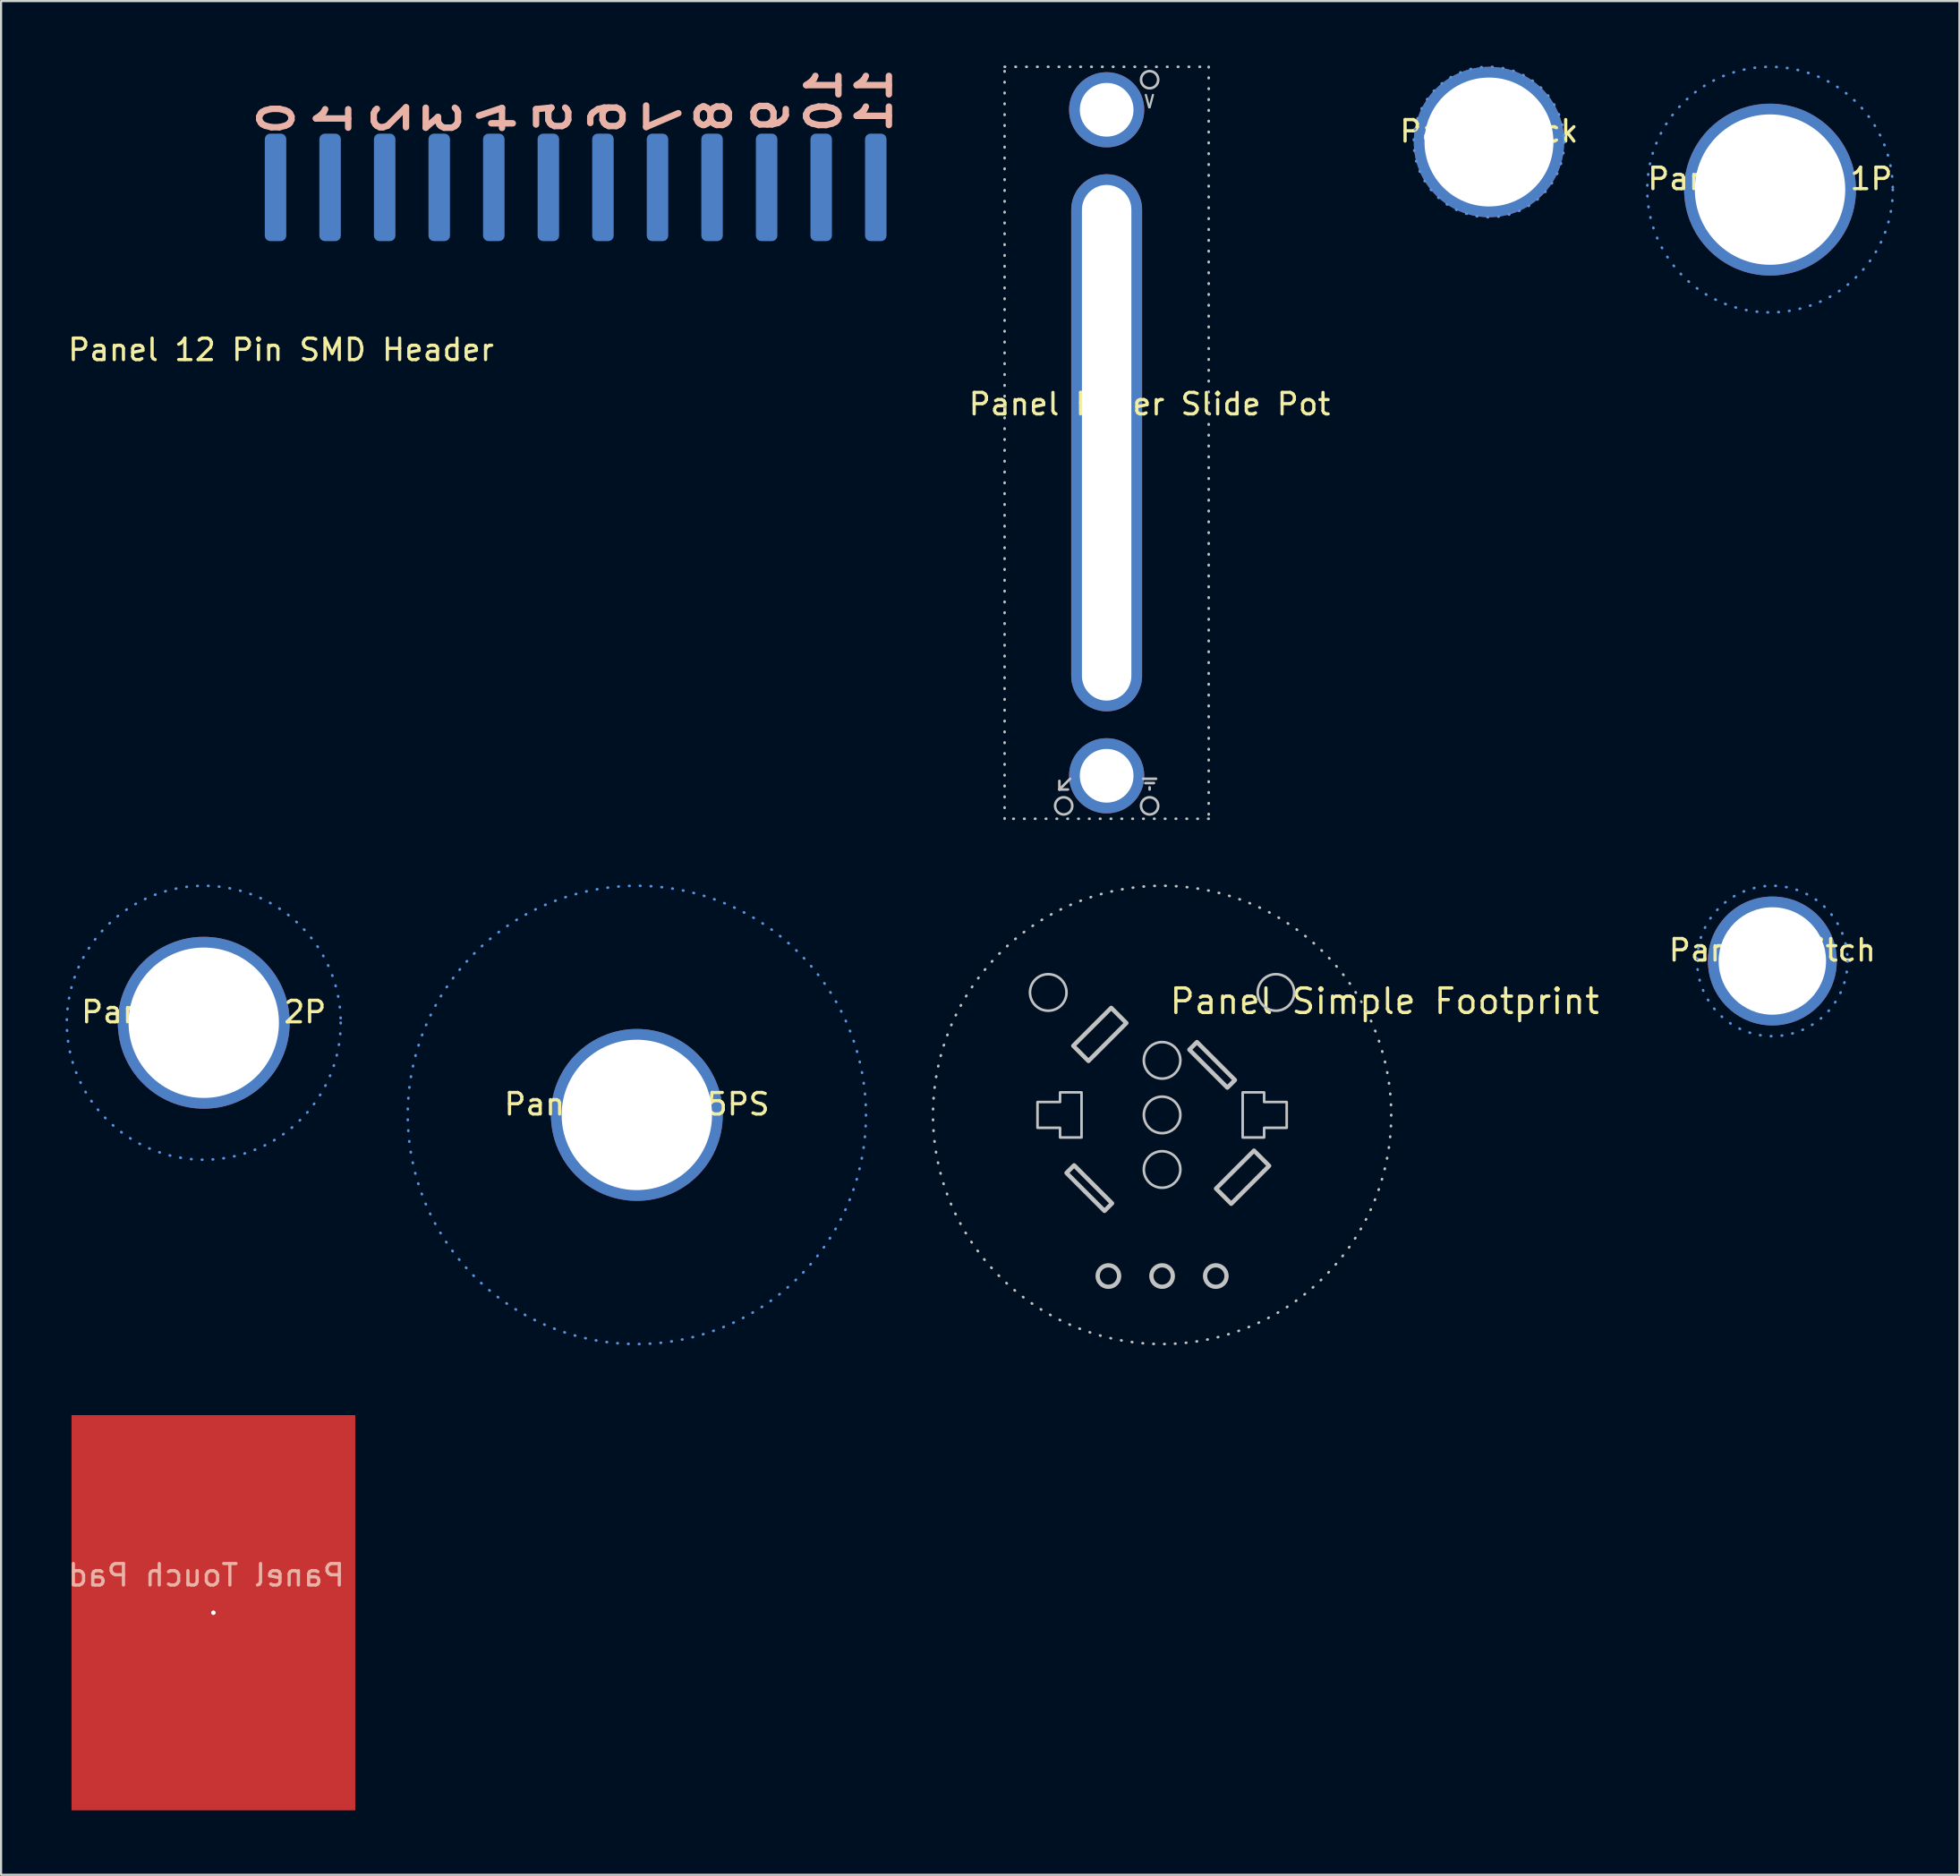
<source format=kicad_pcb>
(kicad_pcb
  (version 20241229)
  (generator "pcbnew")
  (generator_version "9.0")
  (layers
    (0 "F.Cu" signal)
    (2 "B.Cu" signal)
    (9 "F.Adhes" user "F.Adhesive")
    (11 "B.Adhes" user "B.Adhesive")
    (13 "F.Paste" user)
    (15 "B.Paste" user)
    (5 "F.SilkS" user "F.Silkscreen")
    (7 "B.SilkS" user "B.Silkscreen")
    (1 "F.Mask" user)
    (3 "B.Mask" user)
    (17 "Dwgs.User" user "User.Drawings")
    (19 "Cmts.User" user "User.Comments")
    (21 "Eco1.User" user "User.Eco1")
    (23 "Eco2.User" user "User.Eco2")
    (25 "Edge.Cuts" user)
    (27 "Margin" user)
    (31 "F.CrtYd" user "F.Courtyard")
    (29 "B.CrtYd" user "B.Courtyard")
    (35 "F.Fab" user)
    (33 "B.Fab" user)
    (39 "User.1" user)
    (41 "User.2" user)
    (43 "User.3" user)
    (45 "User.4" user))
  (footprint "Panel Jack"
    (layer "F.Cu")
    (at 66.261 3.56)
    (property "Reference" "Panel Jack" (at 0 -0.5 0) (unlocked yes) (layer "F.SilkS") (effects (font (size 1 1) (thickness 0.15))))
    (attr through_hole)
    (fp_circle (center 0 0) (end 3.5 0) (stroke (width 0.12) (type dot)) (fill no) (layer "Cmts.User"))
    (pad "" thru_hole circle (at 0 0) (size 7 7) (drill 6) (layers "*.Cu" "*.Mask")))
  (footprint "Panel Touch Pad"
    (layer "F.Cu")
    (at 0.279 62.82)
    (property "Reference" "Panel Touch Pad" (at 6.275 7.45 0) (unlocked yes) (layer "B.SilkS") (effects (font (size 1 1) (thickness 0.15)) (justify mirror)))
    (attr smd)
    (pad "" smd rect (at 6.604 9.197) (size 13.208 18.394) (layers "F.Cu" "F.Mask"))
    (pad "1" thru_hole circle (at 6.604 9.197) (size 0.2 0.2) (drill 0.2) (layers "*.Cu" "*.Mask" "B.SilkS")))
  (footprint "Panel Knob 2P"
    (layer "F.Cu")
    (at 6.435 44.555)
    (property "Reference" "Panel Knob 2P" (at 0 -0.5 0) (unlocked yes) (layer "F.SilkS") (effects (font (size 1 1) (thickness 0.15))))
    (attr through_hole)
    (fp_circle (center 0 0) (end 6.375 0) (stroke (width 0.12) (type dot)) (fill no) (layer "Cmts.User"))
    (pad "" thru_hole circle (at 0 0) (size 8 8) (drill 7) (layers "*.Cu" "*.Mask")))
  (footprint "Panel Simple Footprint"
    (layer "F.Cu")
    (at 51.045 48.845)
    (property "Reference" "Panel Simple Footprint" (at 0.27 -5.29 0) (layer "F.SilkS") (effects (font (size 1.143 1.143) (thickness 0.152)) (justify left)))
    (attr through_hole)
    (fp_circle (center -5.3 -5.7) (end -4.45 -5.7) (stroke (width 0.12) (type default)) (fill no) (layer "Dwgs.User"))
    (fp_circle (center -2.5 7.5) (end -2 7.5) (stroke (width 0.2) (type default)) (fill no) (layer "Dwgs.User"))
    (fp_circle (center 0 -2.54) (end 0.85 -2.54) (stroke (width 0.12) (type default)) (fill no) (layer "Dwgs.User"))
    (fp_circle (center 0 0) (end 0.85 0) (stroke (width 0.12) (type default)) (fill no) (layer "Dwgs.User"))
    (fp_circle (center 0 0) (end 10.665 0) (stroke (width 0.12) (type dot)) (fill no) (layer "Dwgs.User"))
    (fp_circle (center 0 2.54) (end 0.85 2.54) (stroke (width 0.12) (type default)) (fill no) (layer "Dwgs.User"))
    (fp_circle (center 0 7.5) (end 0.5 7.5) (stroke (width 0.2) (type default)) (fill no) (layer "Dwgs.User"))
    (fp_circle (center 2.5 7.5) (end 3 7.5) (stroke (width 0.2) (type default)) (fill no) (layer "Dwgs.User"))
    (fp_circle (center 5.3 -5.7) (end 6.15 -5.7) (stroke (width 0.12) (type default)) (fill no) (layer "Dwgs.User"))
    (fp_poly (pts (xy -4.45 2.7) (xy -4.096 2.346) (xy -2.329 4.114) (xy -2.682 4.468)) (stroke (width 0.2) (type default)) (fill no) (layer "Dwgs.User"))
    (fp_poly (pts (xy -4.136 -3.217) (xy -2.369 -4.984) (xy -1.662 -4.277) (xy -3.429 -2.51)) (stroke (width 0.2) (type default)) (fill no) (layer "Dwgs.User"))
    (fp_poly (pts (xy 2.51 3.429) (xy 4.277 1.662) (xy 4.984 2.369) (xy 3.217 4.136)) (stroke (width 0.2) (type default)) (fill no) (layer "Dwgs.User"))
    (fp_poly (pts (xy 3.037 -1.269) (xy 1.269 -3.037) (xy 1.623 -3.391) (xy 3.391 -1.623)) (stroke (width 0.2) (type default)) (fill no) (layer "Dwgs.User"))
    (fp_poly (pts (xy -4.75 -0.6) (xy -4.75 -1.05) (xy -3.75 -1.05) (xy -3.75 1.05) (xy -4.75 1.05) (xy -4.75 0.6) (xy -5.8 0.6) (xy -5.8 -0.6)) (stroke (width 0.12) (type solid)) (fill no) (layer "Dwgs.User"))
    (fp_poly (pts (xy 4.75 0.6) (xy 4.75 1.05) (xy 3.75 1.05) (xy 3.75 -1.05) (xy 4.75 -1.05) (xy 4.75 -0.6) (xy 5.8 -0.6) (xy 5.8 0.6)) (stroke (width 0.12) (type solid)) (fill no) (layer "Dwgs.User")))
  (footprint "Panel Knob 5PS"
    (layer "F.Cu")
    (at 26.595 48.845)
    (property "Reference" "Panel Knob 5PS" (at 0 -0.5 0) (unlocked yes) (layer "F.SilkS") (effects (font (size 1 1) (thickness 0.15))))
    (attr through_hole)
    (fp_circle (center 0 0) (end 10.665 0) (stroke (width 0.12) (type dot)) (fill no) (layer "Cmts.User"))
    (pad "" thru_hole circle (at 0 0) (size 8 8) (drill 7) (layers "*.Cu" "*.Mask")))
  (footprint "Panel Knob 1P"
    (layer "F.Cu")
    (at 79.344 5.775)
    (property "Reference" "Panel Knob 1P" (at 0 -0.5 0) (unlocked yes) (layer "F.SilkS") (effects (font (size 1 1) (thickness 0.15))))
    (attr through_hole)
    (fp_circle (center 0 0) (end 5.715 0) (stroke (width 0.12) (type dot)) (fill no) (layer "Cmts.User"))
    (pad "" thru_hole circle (at 0 0) (size 8 8) (drill 7) (layers "*.Cu" "*.Mask")))
  (footprint "Panel switch"
    (layer "F.Cu")
    (at 79.452 41.68)
    (property "Reference" "Panel switch" (at 0 -0.5 0) (unlocked yes) (layer "F.SilkS") (effects (font (size 1 1) (thickness 0.15))))
    (attr through_hole)
    (fp_circle (center 0 0) (end 3.5 0) (stroke (width 0.12) (type dot)) (fill no) (layer "Cmts.User"))
    (pad "" thru_hole circle (at 0 0) (size 6 6) (drill 5) (layers "*.Cu" "*.Mask")))
  (footprint "Panel Fader Slide Pot"
    (layer "F.Cu")
    (at 46.464 34.46)
    (property "Reference" "Panel Fader Slide Pot" (at 4 -18.7 0) (unlocked yes) (layer "F.SilkS") (effects (font (size 1 1) (thickness 0.15))))
    (attr through_hole)
    (fp_rect (start 1.1 -22.6) (end 2.9 -27.6) (stroke (width 0.12) (type solid)) (fill yes) (layer "F.SilkS"))
    (fp_line (start -0.2 -0.762) (end -0.2 -1.162) (stroke (width 0.12) (type default)) (layer "Dwgs.User"))
    (fp_line (start -0.2 -0.762) (end 0.2 -0.762) (stroke (width 0.12) (type default)) (layer "Dwgs.User"))
    (fp_line (start -0.2 -0.762) (end 0.299 -1.261) (stroke (width 0.12) (type default)) (layer "Dwgs.User"))
    (fp_line (start 3.7 -1.262) (end 4.3 -1.262) (stroke (width 0.12) (type solid)) (layer "Dwgs.User"))
    (fp_line (start 3.8 -1.062) (end 4.2 -1.062) (stroke (width 0.12) (type solid)) (layer "Dwgs.User"))
    (fp_line (start 3.824 -33.092) (end 3.979 -32.512) (stroke (width 0.1) (type solid)) (layer "Dwgs.User"))
    (fp_line (start 4 -0.762) (end 4 -0.862) (stroke (width 0.12) (type solid)) (layer "Dwgs.User"))
    (fp_line (start 4.155 -33.092) (end 4 -32.512) (stroke (width 0.1) (type solid)) (layer "Dwgs.User"))
    (fp_rect (start -2.75 -34.4) (end 6.75 0.6) (stroke (width 0.12) (type dot)) (fill no) (layer "Dwgs.User"))
    (fp_circle (center 0 0) (end 0.4 0) (stroke (width 0.12) (type default)) (fill no) (layer "Dwgs.User"))
    (fp_circle (center 4 -33.8) (end 4.4 -33.8) (stroke (width 0.12) (type default)) (fill no) (layer "Dwgs.User"))
    (fp_circle (center 4 0) (end 4.4 0) (stroke (width 0.12) (type default)) (fill no) (layer "Dwgs.User"))
    (pad "" thru_hole circle (at 2 -32.4) (size 3.5 3.5) (drill 2.5) (layers "*.Cu" "*.Mask"))
    (pad "" thru_hole oval (at 2 -16.9) (size 3.3 25) (drill oval 2.3 24) (layers "*.Cu" "*.Mask"))
    (pad "" thru_hole circle (at 2 -1.4) (size 3.5 3.5) (drill 2.5) (layers "*.Cu" "*.Mask")))
  (footprint "Panel 12 Pin SMD Header"
    (layer "F.Cu")
    (at 9.776 5.672)
    (property "Reference" "Panel 12 Pin SMD Header" (at 0.254 7.559 0) (unlocked yes) (layer "F.SilkS") (effects (font (size 1 1) (thickness 0.15))))
    (attr smd)
    (fp_text user "0" (at 0.941 -4.14 90) (unlocked yes) (layer "B.SilkS") (effects (font (size 1.5 1.5) (thickness 0.3) (bold yes)) (justify left bottom mirror)))
    (fp_text user "9" (at 23.95 -4.272 90) (unlocked yes) (layer "B.SilkS") (effects (font (size 1.5 1.5) (thickness 0.3) (bold yes)) (justify left bottom mirror)))
    (fp_text user "3" (at 8.691 -4.12 90) (unlocked yes) (layer "B.SilkS") (effects (font (size 1.5 1.5) (thickness 0.3) (bold yes)) (justify left bottom mirror)))
    (fp_text user "8" (at 21.3 -4.247 90) (unlocked yes) (layer "B.SilkS") (effects (font (size 1.5 1.5) (thickness 0.3) (bold yes)) (justify left bottom mirror)))
    (fp_text user "10" (at 26.4 -5.672 90) (unlocked yes) (layer "B.SilkS") (effects (font (size 1.5 1.5) (thickness 0.3) (bold yes)) (justify left bottom mirror)))
    (fp_text user "1" (at 3.581 -4.12 90) (unlocked yes) (layer "B.SilkS") (effects (font (size 1.5 1.5) (thickness 0.3) (bold yes)) (justify left bottom mirror)))
    (fp_text user "4" (at 11.241 -4.18 90) (unlocked yes) (layer "B.SilkS") (effects (font (size 1.5 1.5) (thickness 0.3) (bold yes)) (justify left bottom mirror)))
    (fp_text user "7" (at 18.95 -4.222 90) (unlocked yes) (layer "B.SilkS") (effects (font (size 1.5 1.5) (thickness 0.3) (bold yes)) (justify left bottom mirror)))
    (fp_text user "2" (at 6.271 -4.14 90) (unlocked yes) (layer "B.SilkS") (effects (font (size 1.5 1.5) (thickness 0.3) (bold yes)) (justify left bottom mirror)))
    (fp_text user "6" (at 16.35 -4.197 90) (unlocked yes) (layer "B.SilkS") (effects (font (size 1.5 1.5) (thickness 0.3) (bold yes)) (justify left bottom mirror)))
    (fp_text user "5" (at 13.825 -4.197 90) (unlocked yes) (layer "B.SilkS") (effects (font (size 1.5 1.5) (thickness 0.3) (bold yes)) (justify left bottom mirror)))
    (fp_text user "11" (at 28.75 -5.672 90) (unlocked yes) (layer "B.SilkS") (effects (font (size 1.5 1.5) (thickness 0.3) (bold yes)) (justify left bottom mirror)))
    (pad "0" smd roundrect (at 0 0) (size 1 5) (layers "B.Cu" "B.Mask" "B.Paste") (roundrect_rratio 0.25))
    (pad "1" smd roundrect (at 2.54 0) (size 1 5) (layers "B.Cu" "B.Mask" "B.Paste") (roundrect_rratio 0.25))
    (pad "2" smd roundrect (at 5.08 0) (size 1 5) (layers "B.Cu" "B.Mask" "B.Paste") (roundrect_rratio 0.25))
    (pad "3" smd roundrect (at 7.62 0) (size 1 5) (layers "B.Cu" "B.Mask" "B.Paste") (roundrect_rratio 0.25))
    (pad "4" smd roundrect (at 10.16 0) (size 1 5) (layers "B.Cu" "B.Mask" "B.Paste") (roundrect_rratio 0.25))
    (pad "5" smd roundrect (at 12.7 0 180) (size 1 5) (layers "B.Cu" "B.Mask" "B.Paste") (roundrect_rratio 0.25))
    (pad "6" smd roundrect (at 15.24 0 180) (size 1 5) (layers "B.Cu" "B.Mask" "B.Paste") (roundrect_rratio 0.25))
    (pad "7" smd roundrect (at 17.78 0 180) (size 1 5) (layers "B.Cu" "B.Mask" "B.Paste") (roundrect_rratio 0.25))
    (pad "8" smd roundrect (at 20.32 0 180) (size 1 5) (layers "B.Cu" "B.Mask" "B.Paste") (roundrect_rratio 0.25))
    (pad "9" smd roundrect (at 22.86 0 180) (size 1 5) (layers "B.Cu" "B.Mask" "B.Paste") (roundrect_rratio 0.25))
    (pad "10" smd roundrect (at 25.4 0 180) (size 1 5) (layers "B.Cu" "B.Mask" "B.Paste") (roundrect_rratio 0.25))
    (pad "11" smd roundrect (at 27.94 0 180) (size 1 5) (layers "B.Cu" "B.Mask" "B.Paste") (roundrect_rratio 0.25)))
  (gr_rect
    (start -3 -3)
    (end 88.16 84.214)
    (stroke (width 0.1) (type default))
    (fill no)
    (layer "Edge.Cuts")))
</source>
